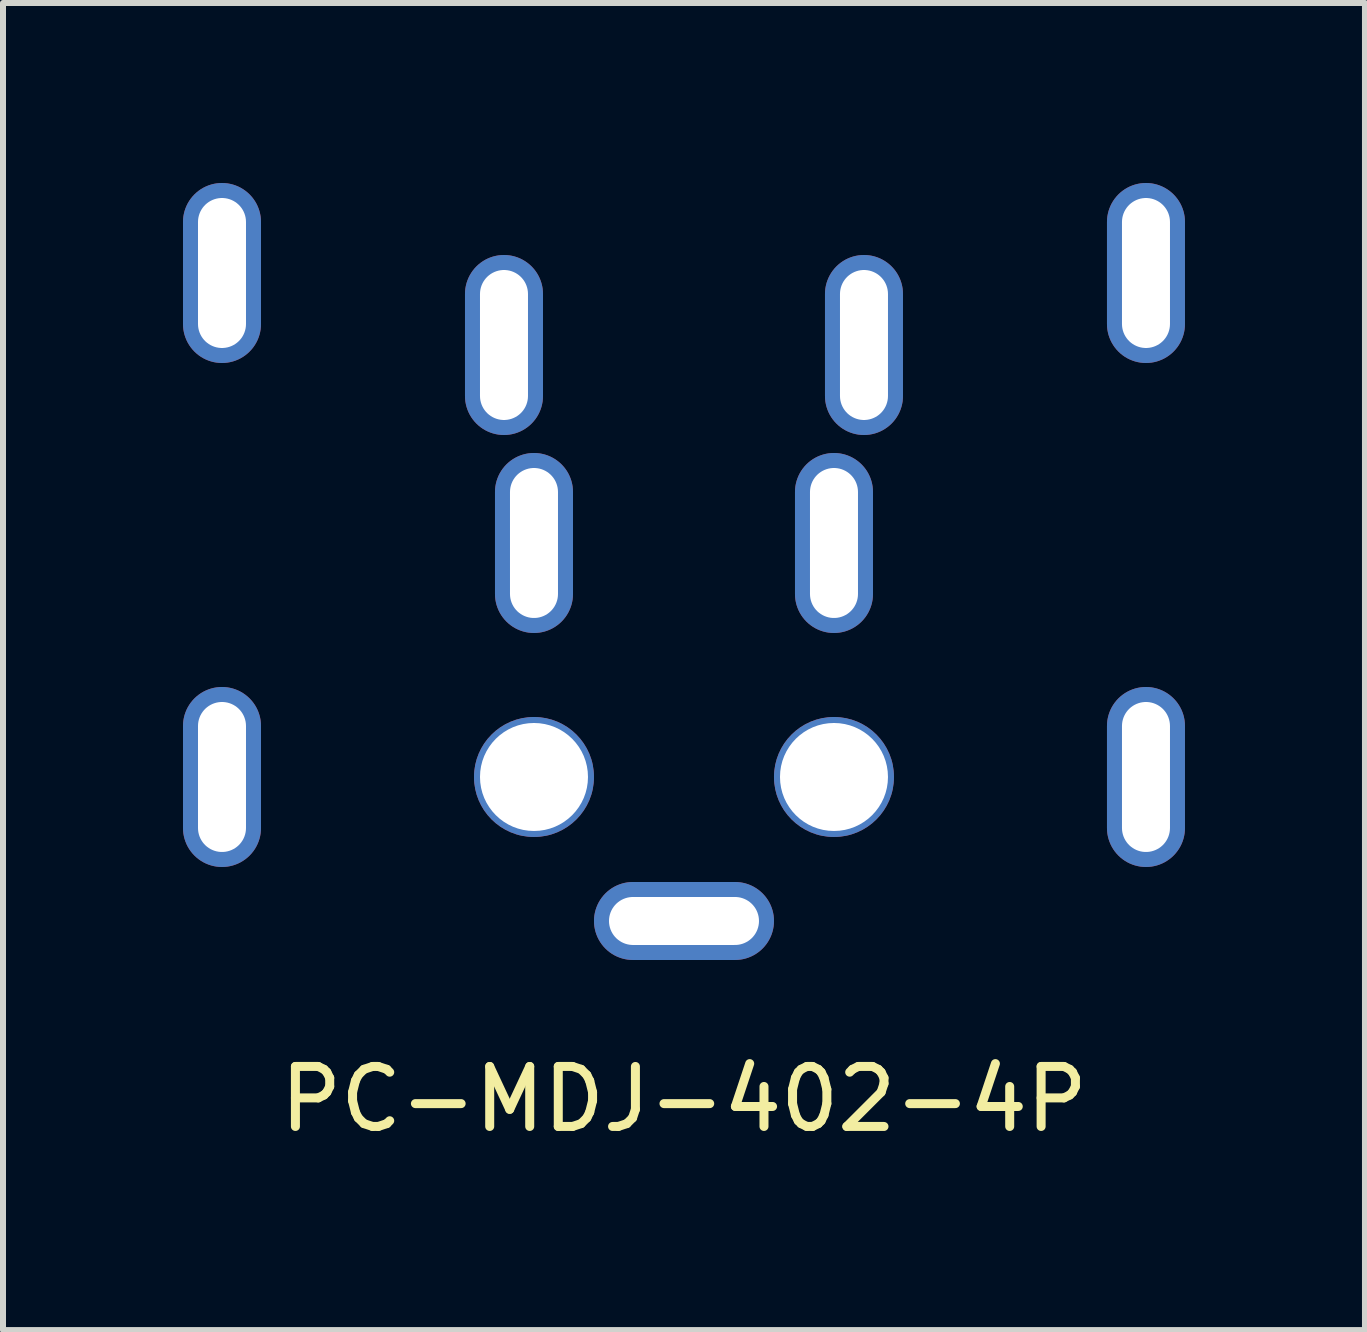
<source format=kicad_pcb>
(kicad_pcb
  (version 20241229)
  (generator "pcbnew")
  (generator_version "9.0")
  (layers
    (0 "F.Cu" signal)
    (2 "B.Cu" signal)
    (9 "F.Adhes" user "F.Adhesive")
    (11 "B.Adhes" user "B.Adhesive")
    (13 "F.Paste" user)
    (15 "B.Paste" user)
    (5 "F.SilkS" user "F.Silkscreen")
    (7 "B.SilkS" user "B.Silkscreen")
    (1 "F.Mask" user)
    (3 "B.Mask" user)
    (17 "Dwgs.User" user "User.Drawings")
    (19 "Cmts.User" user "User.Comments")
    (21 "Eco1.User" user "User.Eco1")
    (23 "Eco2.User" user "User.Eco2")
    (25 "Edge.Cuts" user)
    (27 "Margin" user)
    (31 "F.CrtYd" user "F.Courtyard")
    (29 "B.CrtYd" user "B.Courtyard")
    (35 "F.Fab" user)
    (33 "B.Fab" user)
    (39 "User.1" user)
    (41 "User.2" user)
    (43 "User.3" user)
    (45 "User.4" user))
  (footprint "PC-MDJ-402-4P"
    (layer "F.Cu")
    (at 8.35 13.5)
    (property "Reference" "PC-MDJ-402-4P" (at 0 1.77 0) (layer "F.SilkS") (effects (font (size 1 1) (thickness 0.15))))
    (attr through_hole)
    (fp_line (start 7.7 0) (end -7.7 0) (stroke (width 0.12) (type solid)) (layer "Eco2.User"))
    (pad "1" thru_hole oval (at -3 -10.8 90) (size 3 1.3) (drill oval 2.5 0.8) (layers "*.Cu" "*.Mask"))
    (pad "2" thru_hole oval (at 3 -10.8 90) (size 3 1.3) (drill oval 2.5 0.8) (layers "*.Cu" "*.Mask"))
    (pad "3" thru_hole oval (at -2.5 -7.5 90) (size 3 1.3) (drill oval 2.5 0.8) (layers "*.Cu" "*.Mask"))
    (pad "4" thru_hole oval (at 2.5 -7.5 90) (size 3 1.3) (drill oval 2.5 0.8) (layers "*.Cu" "*.Mask"))
    (pad "5" thru_hole oval (at -7.7 -12 90) (size 3 1.3) (drill oval 2.5 0.8) (layers "*.Cu" "*.Mask"))
    (pad "5" thru_hole oval (at -7.7 -3.6 90) (size 3 1.3) (drill oval 2.5 0.8) (layers "*.Cu" "*.Mask"))
    (pad "5" thru_hole circle (at -2.5 -3.6) (size 2 2) (drill 1.8) (layers "*.Cu" "*.Mask"))
    (pad "5" thru_hole oval (at 0 -1.2) (size 3 1.3) (drill oval 2.5 0.8) (layers "*.Cu" "*.Mask"))
    (pad "5" thru_hole circle (at 2.5 -3.6) (size 2 2) (drill 1.8) (layers "*.Cu" "*.Mask"))
    (pad "5" thru_hole oval (at 7.7 -12 90) (size 3 1.3) (drill oval 2.5 0.8) (layers "*.Cu" "*.Mask"))
    (pad "5" thru_hole oval (at 7.7 -3.6 90) (size 3 1.3) (drill oval 2.5 0.8) (layers "*.Cu" "*.Mask")))
  (gr_rect
    (start -3 -3)
    (end 19.7 19.118)
    (stroke (width 0.1) (type default))
    (fill no)
    (layer "Edge.Cuts")))
</source>
